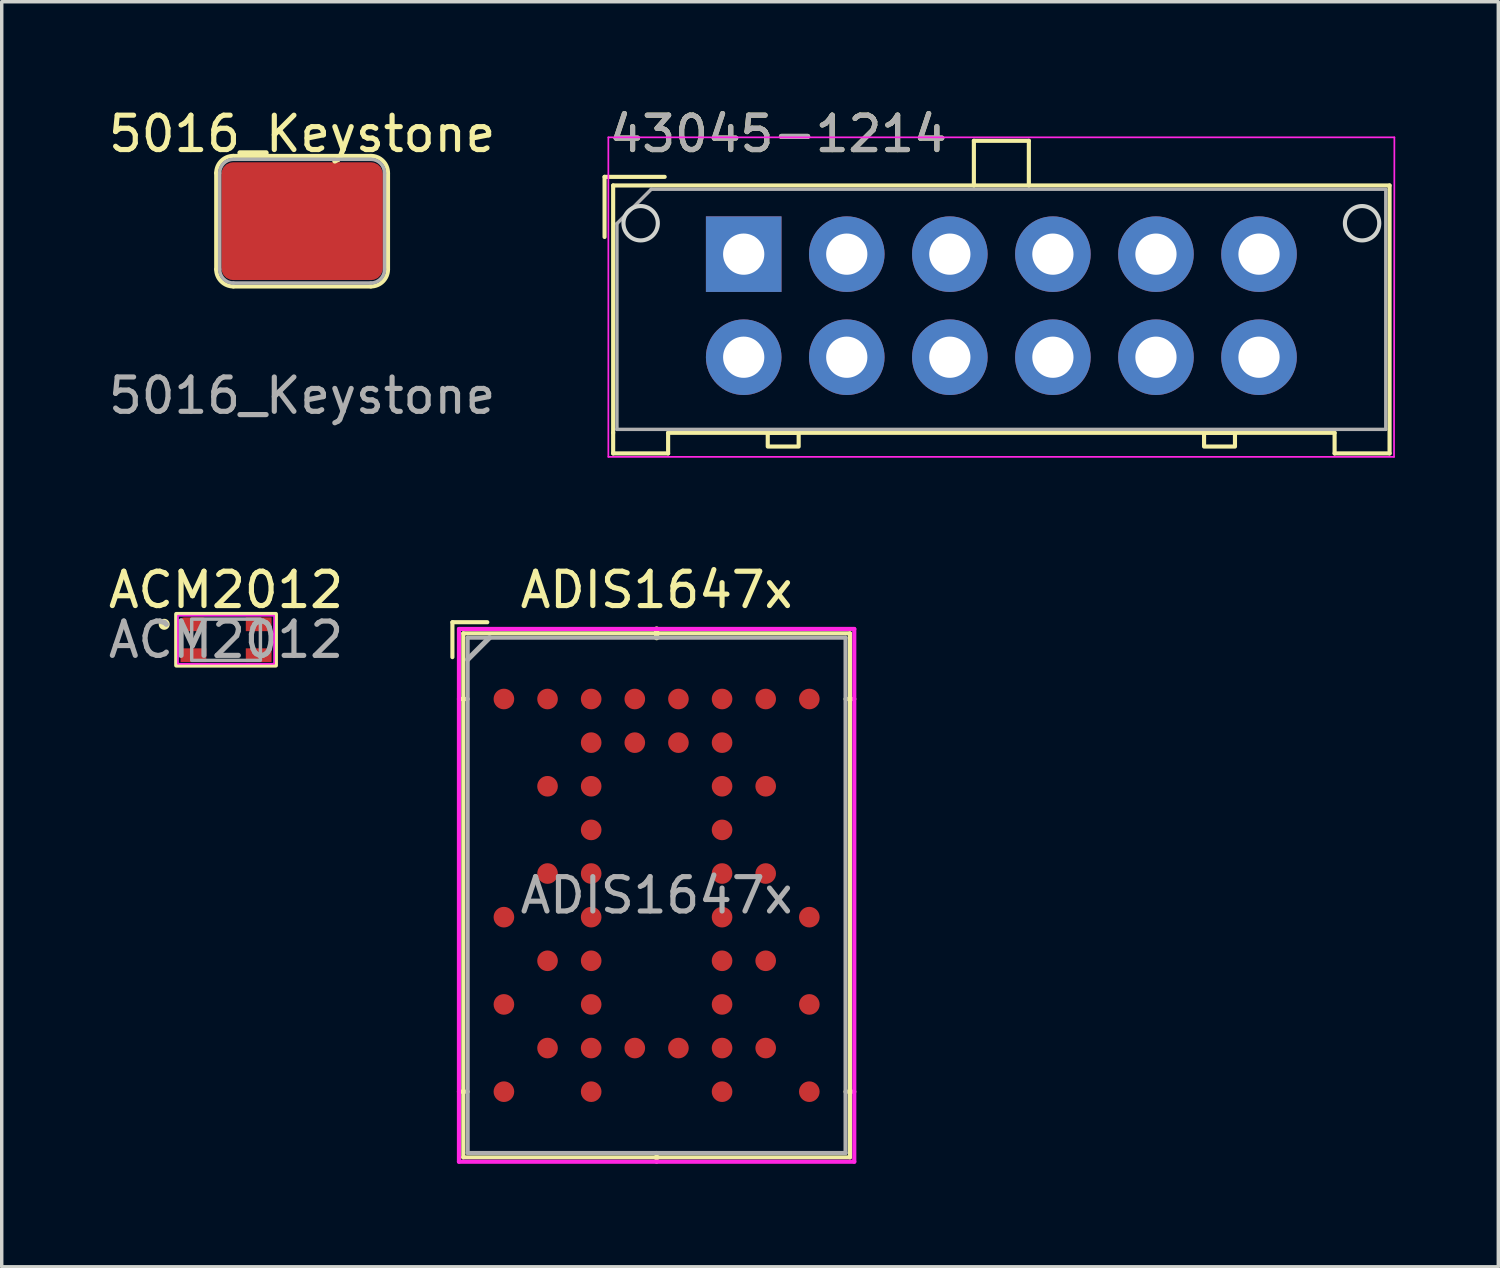
<source format=kicad_pcb>
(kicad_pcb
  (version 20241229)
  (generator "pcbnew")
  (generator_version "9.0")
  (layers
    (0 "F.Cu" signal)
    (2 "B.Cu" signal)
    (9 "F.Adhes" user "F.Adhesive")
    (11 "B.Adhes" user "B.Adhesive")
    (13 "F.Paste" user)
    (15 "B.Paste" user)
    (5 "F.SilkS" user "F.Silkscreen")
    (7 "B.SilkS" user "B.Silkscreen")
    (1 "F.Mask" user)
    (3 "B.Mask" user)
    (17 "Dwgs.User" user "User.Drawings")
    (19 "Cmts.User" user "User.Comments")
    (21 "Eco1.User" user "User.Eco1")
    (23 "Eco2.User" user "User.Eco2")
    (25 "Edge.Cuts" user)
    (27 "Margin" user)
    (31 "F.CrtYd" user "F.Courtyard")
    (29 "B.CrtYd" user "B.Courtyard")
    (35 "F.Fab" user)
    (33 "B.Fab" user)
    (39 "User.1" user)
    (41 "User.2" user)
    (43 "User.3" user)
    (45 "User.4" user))
  (footprint "5016_Keystone"
    (layer "F.Cu")
    (at 5.744 3.388)
    (property "Reference" "5016_Keystone" (at 0 -2.54 0) (unlocked yes) (layer "F.SilkS") (effects (font (size 1 1) (thickness 0.15))))
    (attr smd)
    (fp_line (start -2.5 1.4) (end -2.5 -1.4) (stroke (width 0.12) (type solid)) (layer "F.SilkS"))
    (fp_line (start -2 -1.9) (end 2 -1.9) (stroke (width 0.12) (type solid)) (layer "F.SilkS"))
    (fp_line (start 2 1.9) (end -2 1.9) (stroke (width 0.12) (type solid)) (layer "F.SilkS"))
    (fp_line (start 2.5 -1.4) (end 2.5 1.4) (stroke (width 0.12) (type solid)) (layer "F.SilkS"))
    (fp_arc (start -2.5 -1.4) (mid -2.353553 -1.753553) (end -2 -1.9) (stroke (width 0.12) (type solid)) (layer "F.SilkS"))
    (fp_arc (start -2 1.9) (mid -2.353553 1.753553) (end -2.5 1.4) (stroke (width 0.12) (type solid)) (layer "F.SilkS"))
    (fp_arc (start 2 -1.9) (mid 2.353553 -1.753553) (end 2.5 -1.4) (stroke (width 0.12) (type solid)) (layer "F.SilkS"))
    (fp_arc (start 2.5 1.4) (mid 2.353553 1.753553) (end 2 1.9) (stroke (width 0.12) (type solid)) (layer "F.SilkS"))
    (fp_line (start -2.4 1.4) (end -2.4 -1.4) (stroke (width 0.1) (type solid)) (layer "F.Fab"))
    (fp_line (start -2 -1.8) (end 2 -1.8) (stroke (width 0.1) (type solid)) (layer "F.Fab"))
    (fp_line (start 2 1.8) (end -2 1.8) (stroke (width 0.1) (type solid)) (layer "F.Fab"))
    (fp_line (start 2.4 -1.4) (end 2.4 1.4) (stroke (width 0.1) (type solid)) (layer "F.Fab"))
    (fp_arc (start -2.4 -1.4) (mid -2.282843 -1.682843) (end -2 -1.8) (stroke (width 0.1) (type solid)) (layer "F.Fab"))
    (fp_arc (start -2 1.8) (mid -2.282843 1.682843) (end -2.4 1.4) (stroke (width 0.1) (type solid)) (layer "F.Fab"))
    (fp_arc (start 2 -1.8) (mid 2.282843 -1.682843) (end 2.4 -1.4) (stroke (width 0.1) (type solid)) (layer "F.Fab"))
    (fp_arc (start 2.4 1.4) (mid 2.282843 1.682843) (end 2 1.8) (stroke (width 0.1) (type solid)) (layer "F.Fab"))
    (fp_text user "${REFERENCE}" (at 0 5.08 0) (unlocked yes) (layer "F.Fab") (effects (font (size 1 1) (thickness 0.15))))
    (pad "1" smd roundrect (at 0 0) (size 4.7 3.43) (layers "F.Cu" "F.Mask" "F.Paste") (roundrect_rratio 0.1)))
  (footprint "ACM2012"
    (layer "F.Cu")
    (at 3.53 15.572)
    (property "Reference" "ACM2012" (at 0 -1.45 0) (unlocked yes) (layer "F.SilkS") (effects (font (size 1 1) (thickness 0.15))))
    (attr smd)
    (fp_rect (start -1.45 -0.75) (end 1.45 0.75) (stroke (width 0.12) (type solid)) (fill no) (layer "F.SilkS"))
    (fp_circle (center -1.8 -0.45) (end -1.7 -0.45) (stroke (width 0.12) (type solid)) (fill yes) (layer "F.SilkS"))
    (fp_rect (start -1.4 -0.7) (end 1.4 0.7) (stroke (width 0.05) (type solid)) (fill no) (layer "F.CrtYd"))
    (fp_rect (start -1 -0.6) (end 1 0.6) (stroke (width 0.1) (type solid)) (fill no) (layer "F.Fab"))
    (fp_text user "${REFERENCE}" (at 0 0 0) (unlocked yes) (layer "F.Fab") (effects (font (size 1 1) (thickness 0.15))))
    (pad "1" smd roundrect (at -0.95 -0.45) (size 0.75 0.4) (layers "F.Cu" "F.Mask" "F.Paste") (roundrect_rratio 0.25))
    (pad "2" smd rect (at -0.95 0.45) (size 0.75 0.4) (layers "F.Cu" "F.Mask" "F.Paste"))
    (pad "3" smd rect (at 0.95 0.45) (size 0.75 0.4) (layers "F.Cu" "F.Mask" "F.Paste"))
    (pad "4" smd rect (at 0.95 -0.45) (size 0.75 0.4) (layers "F.Cu" "F.Mask" "F.Paste")))
  (footprint "ADIS1647x"
    (layer "F.Cu")
    (at 16.063 23.012)
    (property "Reference" "ADIS1647x" (at 0 -8.89 0) (layer "F.SilkS") (effects (font (size 1 1) (thickness 0.15))))
    (attr smd)
    (fp_line (start -5.944 -6.934) (end -5.944 -7.95) (stroke (width 0.12) (type default)) (layer "F.SilkS"))
    (fp_line (start -5.627 -7.627) (end -5.627 7.627) (stroke (width 0.12) (type solid)) (layer "F.SilkS"))
    (fp_line (start -5.627 7.627) (end 5.627 7.627) (stroke (width 0.12) (type solid)) (layer "F.SilkS"))
    (fp_line (start -5.5 -5.715) (end -5.754 -5.715) (stroke (width 0.12) (type solid)) (layer "F.SilkS"))
    (fp_line (start -5.5 5.715) (end -5.754 5.715) (stroke (width 0.12) (type solid)) (layer "F.SilkS"))
    (fp_line (start -4.928 -7.95) (end -5.944 -7.95) (stroke (width 0.12) (type default)) (layer "F.SilkS"))
    (fp_line (start 0 -7.5) (end 0 -7.754) (stroke (width 0.152) (type solid)) (layer "F.SilkS"))
    (fp_line (start 0 7.5) (end 0 7.754) (stroke (width 0.12) (type solid)) (layer "F.SilkS"))
    (fp_line (start 5.5 -5.715) (end 5.754 -5.715) (stroke (width 0.12) (type solid)) (layer "F.SilkS"))
    (fp_line (start 5.5 5.715) (end 5.754 5.715) (stroke (width 0.12) (type solid)) (layer "F.SilkS"))
    (fp_line (start 5.627 -7.627) (end -5.627 -7.627) (stroke (width 0.12) (type solid)) (layer "F.SilkS"))
    (fp_line (start 5.627 7.627) (end 5.627 -7.627) (stroke (width 0.12) (type solid)) (layer "F.SilkS"))
    (fp_line (start -5.754 -7.754) (end 5.754 -7.754) (stroke (width 0.12) (type solid)) (layer "F.CrtYd"))
    (fp_line (start -5.754 7.754) (end -5.754 -7.754) (stroke (width 0.12) (type solid)) (layer "F.CrtYd"))
    (fp_line (start 5.754 -7.754) (end 5.754 7.754) (stroke (width 0.12) (type solid)) (layer "F.CrtYd"))
    (fp_line (start 5.754 7.754) (end -5.754 7.754) (stroke (width 0.12) (type solid)) (layer "F.CrtYd"))
    (fp_line (start -5.5 -7.5) (end -5.5 7.5) (stroke (width 0.12) (type solid)) (layer "F.Fab"))
    (fp_line (start -5.5 7.5) (end 5.5 7.5) (stroke (width 0.12) (type solid)) (layer "F.Fab"))
    (fp_line (start -4.865 -7.5) (end -5.5 -6.865) (stroke (width 0.152) (type solid)) (layer "F.Fab"))
    (fp_line (start 5.5 -7.5) (end -5.5 -7.5) (stroke (width 0.12) (type solid)) (layer "F.Fab"))
    (fp_line (start 5.5 7.5) (end 5.5 -7.5) (stroke (width 0.12) (type solid)) (layer "F.Fab"))
    (fp_text user "${REFERENCE}" (at 0 0 0) (layer "F.Fab") (effects (font (size 1 1) (thickness 0.15))))
    (pad "A1" smd circle (at -4.445 -5.715) (size 0.6 0.6) (layers "F.Cu" "F.Mask" "F.Paste"))
    (pad "A2" smd circle (at -3.175 -5.715) (size 0.6 0.6) (layers "F.Cu" "F.Mask" "F.Paste"))
    (pad "A3" smd circle (at -1.905 -5.715) (size 0.6 0.6) (layers "F.Cu" "F.Mask" "F.Paste"))
    (pad "A4" smd circle (at -0.635 -5.715) (size 0.6 0.6) (layers "F.Cu" "F.Mask" "F.Paste"))
    (pad "A5" smd circle (at 0.635 -5.715) (size 0.6 0.6) (layers "F.Cu" "F.Mask" "F.Paste"))
    (pad "A6" smd circle (at 1.905 -5.715) (size 0.6 0.6) (layers "F.Cu" "F.Mask" "F.Paste"))
    (pad "A7" smd circle (at 3.175 -5.715) (size 0.6 0.6) (layers "F.Cu" "F.Mask" "F.Paste"))
    (pad "A8" smd circle (at 4.445 -5.715) (size 0.6 0.6) (layers "F.Cu" "F.Mask" "F.Paste"))
    (pad "B3" smd circle (at -1.905 -4.445) (size 0.6 0.6) (layers "F.Cu" "F.Mask" "F.Paste"))
    (pad "B4" smd circle (at -0.635 -4.445) (size 0.6 0.6) (layers "F.Cu" "F.Mask" "F.Paste"))
    (pad "B5" smd circle (at 0.635 -4.445) (size 0.6 0.6) (layers "F.Cu" "F.Mask" "F.Paste"))
    (pad "B6" smd circle (at 1.905 -4.445) (size 0.6 0.6) (layers "F.Cu" "F.Mask" "F.Paste"))
    (pad "C2" smd circle (at -3.175 -3.175) (size 0.6 0.6) (layers "F.Cu" "F.Mask" "F.Paste"))
    (pad "C3" smd circle (at -1.905 -3.175) (size 0.6 0.6) (layers "F.Cu" "F.Mask" "F.Paste"))
    (pad "C6" smd circle (at 1.905 -3.175) (size 0.6 0.6) (layers "F.Cu" "F.Mask" "F.Paste"))
    (pad "C7" smd circle (at 3.175 -3.175) (size 0.6 0.6) (layers "F.Cu" "F.Mask" "F.Paste"))
    (pad "D3" smd circle (at -1.905 -1.905) (size 0.6 0.6) (layers "F.Cu" "F.Mask" "F.Paste"))
    (pad "D6" smd circle (at 1.905 -1.905) (size 0.6 0.6) (layers "F.Cu" "F.Mask" "F.Paste"))
    (pad "E2" smd circle (at -3.175 -0.635) (size 0.6 0.6) (layers "F.Cu" "F.Mask" "F.Paste"))
    (pad "E3" smd circle (at -1.905 -0.635) (size 0.6 0.6) (layers "F.Cu" "F.Mask" "F.Paste"))
    (pad "E6" smd circle (at 1.905 -0.635) (size 0.6 0.6) (layers "F.Cu" "F.Mask" "F.Paste"))
    (pad "E7" smd circle (at 3.175 -0.635) (size 0.6 0.6) (layers "F.Cu" "F.Mask" "F.Paste"))
    (pad "F1" smd circle (at -4.445 0.635) (size 0.6 0.6) (layers "F.Cu" "F.Mask" "F.Paste"))
    (pad "F3" smd circle (at -1.905 0.635) (size 0.6 0.6) (layers "F.Cu" "F.Mask" "F.Paste"))
    (pad "F6" smd circle (at 1.905 0.635) (size 0.6 0.6) (layers "F.Cu" "F.Mask" "F.Paste"))
    (pad "F8" smd circle (at 4.445 0.635) (size 0.6 0.6) (layers "F.Cu" "F.Mask" "F.Paste"))
    (pad "G2" smd circle (at -3.175 1.905) (size 0.6 0.6) (layers "F.Cu" "F.Mask" "F.Paste"))
    (pad "G3" smd circle (at -1.905 1.905) (size 0.6 0.6) (layers "F.Cu" "F.Mask" "F.Paste"))
    (pad "G6" smd circle (at 1.905 1.905) (size 0.6 0.6) (layers "F.Cu" "F.Mask" "F.Paste"))
    (pad "G7" smd circle (at 3.175 1.905) (size 0.6 0.6) (layers "F.Cu" "F.Mask" "F.Paste"))
    (pad "H1" smd circle (at -4.445 3.175) (size 0.6 0.6) (layers "F.Cu" "F.Mask" "F.Paste"))
    (pad "H3" smd circle (at -1.905 3.175) (size 0.6 0.6) (layers "F.Cu" "F.Mask" "F.Paste"))
    (pad "H6" smd circle (at 1.905 3.175) (size 0.6 0.6) (layers "F.Cu" "F.Mask" "F.Paste"))
    (pad "H8" smd circle (at 4.445 3.175) (size 0.6 0.6) (layers "F.Cu" "F.Mask" "F.Paste"))
    (pad "J2" smd circle (at -3.175 4.445) (size 0.6 0.6) (layers "F.Cu" "F.Mask" "F.Paste"))
    (pad "J3" smd circle (at -1.905 4.445) (size 0.6 0.6) (layers "F.Cu" "F.Mask" "F.Paste"))
    (pad "J4" smd circle (at -0.635 4.445) (size 0.6 0.6) (layers "F.Cu" "F.Mask" "F.Paste"))
    (pad "J5" smd circle (at 0.635 4.445) (size 0.6 0.6) (layers "F.Cu" "F.Mask" "F.Paste"))
    (pad "J6" smd circle (at 1.905 4.445) (size 0.6 0.6) (layers "F.Cu" "F.Mask" "F.Paste"))
    (pad "J7" smd circle (at 3.175 4.445) (size 0.6 0.6) (layers "F.Cu" "F.Mask" "F.Paste"))
    (pad "K1" smd circle (at -4.445 5.715) (size 0.6 0.6) (layers "F.Cu" "F.Mask" "F.Paste"))
    (pad "K3" smd circle (at -1.905 5.715) (size 0.6 0.6) (layers "F.Cu" "F.Mask" "F.Paste"))
    (pad "K6" smd circle (at 1.905 5.715) (size 0.6 0.6) (layers "F.Cu" "F.Mask" "F.Paste"))
    (pad "K8" smd circle (at 4.445 5.715) (size 0.6 0.6) (layers "F.Cu" "F.Mask" "F.Paste")))
  (footprint "43045-1214"
    (layer "F.Cu")
    (at 18.598 4.348)
    (property "Reference" "43045-1214" (at -4 -3.5 0) (unlocked yes) (layer "F.SilkS") (effects (font (size 1 1) (thickness 0.15)) (justify left)))
    (attr through_hole)
    (fp_line (start -4.05 -2.25) (end -4.05 -0.5) (stroke (width 0.12) (type solid)) (layer "F.SilkS"))
    (fp_line (start -4.05 -2.25) (end -2.3 -2.25) (stroke (width 0.12) (type solid)) (layer "F.SilkS"))
    (fp_line (start -3.8 -2) (end -3.8 5.2) (stroke (width 0.12) (type solid)) (layer "F.SilkS"))
    (fp_line (start -3.8 -2) (end 6.7 -2) (stroke (width 0.12) (type solid)) (layer "F.SilkS"))
    (fp_line (start -3.8 5.8) (end -3.8 5.2) (stroke (width 0.12) (type default)) (layer "F.SilkS"))
    (fp_line (start -2.2 5.2) (end -2.2 5.8) (stroke (width 0.12) (type default)) (layer "F.SilkS"))
    (fp_line (start -2.2 5.2) (end 17.2 5.2) (stroke (width 0.12) (type solid)) (layer "F.SilkS"))
    (fp_line (start -2.2 5.8) (end -3.8 5.8) (stroke (width 0.12) (type default)) (layer "F.SilkS"))
    (fp_line (start 6.7 -2) (end 6.7 -3.3) (stroke (width 0.12) (type default)) (layer "F.SilkS"))
    (fp_line (start 6.7 -2) (end 8.3 -2) (stroke (width 0.12) (type default)) (layer "F.SilkS"))
    (fp_line (start 8.3 -3.3) (end 6.7 -3.3) (stroke (width 0.12) (type default)) (layer "F.SilkS"))
    (fp_line (start 8.3 -3.3) (end 8.3 -2) (stroke (width 0.12) (type default)) (layer "F.SilkS"))
    (fp_line (start 17.2 5.2) (end 17.2 5.8) (stroke (width 0.12) (type default)) (layer "F.SilkS"))
    (fp_line (start 18.8 -2) (end 8.3 -2) (stroke (width 0.12) (type solid)) (layer "F.SilkS"))
    (fp_line (start 18.8 5.8) (end 17.2 5.8) (stroke (width 0.12) (type default)) (layer "F.SilkS"))
    (fp_line (start 18.8 5.8) (end 18.8 -2) (stroke (width 0.12) (type solid)) (layer "F.SilkS"))
    (fp_rect (start 0.7 5.2) (end 1.6 5.6) (stroke (width 0.12) (type default)) (fill no) (layer "F.SilkS"))
    (fp_rect (start 13.4 5.2) (end 14.3 5.6) (stroke (width 0.12) (type default)) (fill no) (layer "F.SilkS"))
    (fp_circle (center -3 -0.9) (end -2.5 -0.9) (stroke (width 0.12) (type solid)) (fill no) (layer "Edge.Cuts"))
    (fp_circle (center 18 -0.9) (end 18.5 -0.9) (stroke (width 0.12) (type solid)) (fill no) (layer "Edge.Cuts"))
    (fp_line (start -3.94 -3.4) (end -3.94 5.9) (stroke (width 0.05) (type solid)) (layer "F.CrtYd"))
    (fp_line (start -3.94 -3.4) (end 18.94 -3.4) (stroke (width 0.05) (type solid)) (layer "F.CrtYd"))
    (fp_line (start -3.94 5.9) (end 18.93 5.9) (stroke (width 0.05) (type solid)) (layer "F.CrtYd"))
    (fp_line (start 18.93 5.9) (end 18.94 -3.4) (stroke (width 0.05) (type solid)) (layer "F.CrtYd"))
    (fp_line (start -3.69 -0.89) (end -3.69 5.1) (stroke (width 0.1) (type solid)) (layer "F.Fab"))
    (fp_line (start -3.69 5.1) (end 18.69 5.1) (stroke (width 0.1) (type solid)) (layer "F.Fab"))
    (fp_line (start -2.69 -1.89) (end -3.69 -0.89) (stroke (width 0.1) (type solid)) (layer "F.Fab"))
    (fp_line (start -2.69 -1.89) (end 18.69 -1.89) (stroke (width 0.1) (type solid)) (layer "F.Fab"))
    (fp_line (start 18.69 5.1) (end 18.69 -1.87) (stroke (width 0.1) (type solid)) (layer "F.Fab"))
    (fp_text user "${REFERENCE}" (at -4 -3.5 0) (unlocked yes) (layer "F.Fab") (effects (font (size 1 1) (thickness 0.15)) (justify left)))
    (pad "1" thru_hole rect (at 0 0) (size 2.2 2.2) (drill 1.2) (layers "*.Cu" "*.Mask"))
    (pad "2" thru_hole circle (at 3 0) (size 2.2 2.2) (drill 1.2) (layers "*.Cu" "*.Mask"))
    (pad "3" thru_hole circle (at 6 0 180) (size 2.2 2.2) (drill 1.2) (layers "*.Cu" "*.Mask"))
    (pad "4" thru_hole circle (at 9 0) (size 2.2 2.2) (drill 1.2) (layers "*.Cu" "*.Mask"))
    (pad "5" thru_hole circle (at 12 0 180) (size 2.2 2.2) (drill 1.2) (layers "*.Cu" "*.Mask"))
    (pad "6" thru_hole circle (at 15 0 180) (size 2.2 2.2) (drill 1.2) (layers "*.Cu" "*.Mask"))
    (pad "7" thru_hole circle (at 0 3 180) (size 2.2 2.2) (drill 1.2) (layers "*.Cu" "*.Mask"))
    (pad "8" thru_hole circle (at 3 3) (size 2.2 2.2) (drill 1.2) (layers "*.Cu" "*.Mask"))
    (pad "9" thru_hole circle (at 6 3 180) (size 2.2 2.2) (drill 1.2) (layers "*.Cu" "*.Mask"))
    (pad "10" thru_hole circle (at 9 3) (size 2.2 2.2) (drill 1.2) (layers "*.Cu" "*.Mask"))
    (pad "11" thru_hole circle (at 12 3 180) (size 2.2 2.2) (drill 1.2) (layers "*.Cu" "*.Mask"))
    (pad "12" thru_hole circle (at 15 3 180) (size 2.2 2.2) (drill 1.2) (layers "*.Cu" "*.Mask")))
  (gr_rect
    (start -3 -3)
    (end 40.563 33.825)
    (stroke (width 0.1) (type default))
    (fill no)
    (layer "Edge.Cuts")))
</source>
